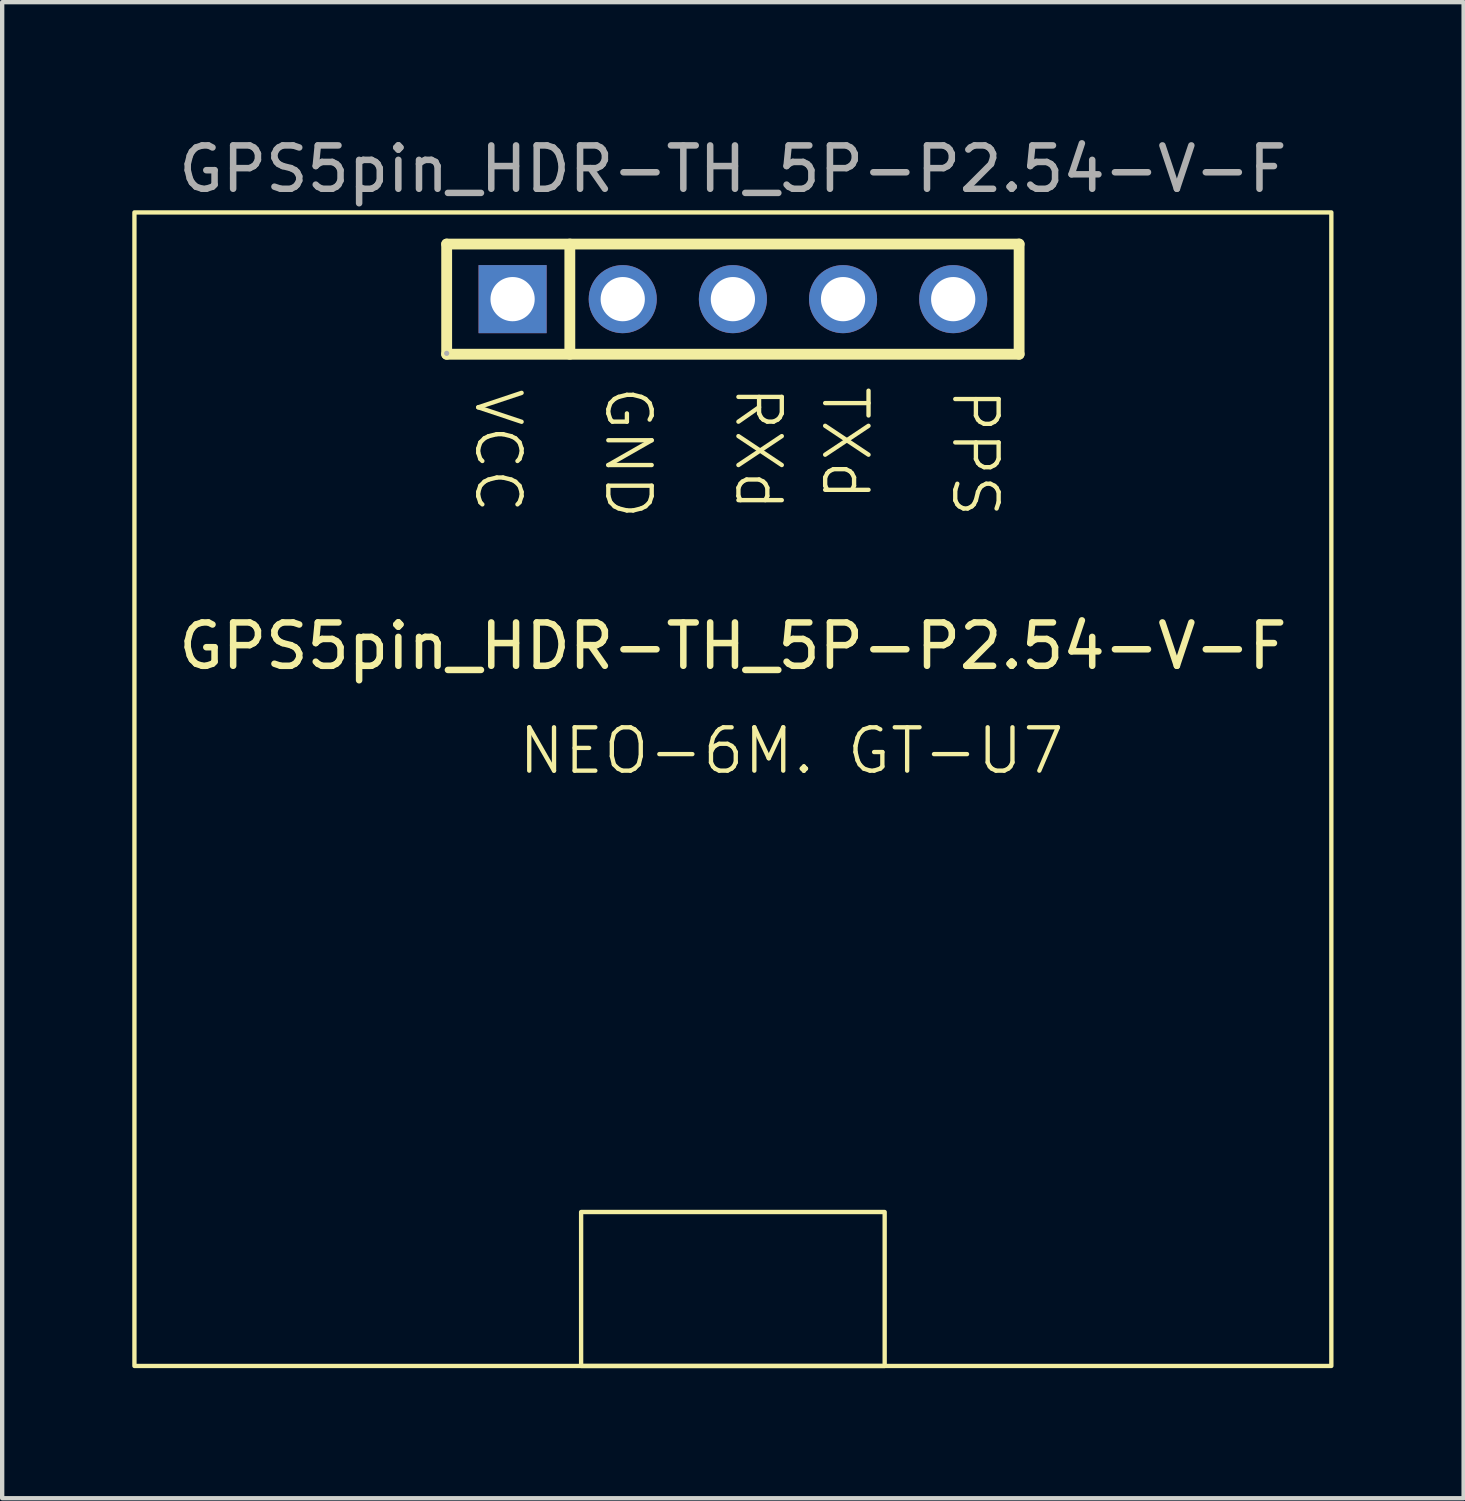
<source format=kicad_pcb>
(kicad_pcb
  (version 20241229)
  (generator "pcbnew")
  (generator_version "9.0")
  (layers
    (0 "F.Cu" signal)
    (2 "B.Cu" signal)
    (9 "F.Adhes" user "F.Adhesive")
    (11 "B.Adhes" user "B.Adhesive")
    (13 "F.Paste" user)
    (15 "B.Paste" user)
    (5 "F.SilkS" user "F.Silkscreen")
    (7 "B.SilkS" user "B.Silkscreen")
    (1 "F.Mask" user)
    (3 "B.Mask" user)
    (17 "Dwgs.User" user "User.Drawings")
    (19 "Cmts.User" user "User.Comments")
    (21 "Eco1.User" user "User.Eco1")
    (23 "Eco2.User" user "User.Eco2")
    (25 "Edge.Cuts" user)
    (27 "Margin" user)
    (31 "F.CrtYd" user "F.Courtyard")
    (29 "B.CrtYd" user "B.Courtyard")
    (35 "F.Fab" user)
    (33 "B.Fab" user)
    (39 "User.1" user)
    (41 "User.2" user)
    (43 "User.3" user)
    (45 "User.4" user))
  (footprint "GPS5pin_HDR-TH_5P-P2.54-V-F"
    (layer "F.Cu")
    (at 13.85 3.848)
    (property "Reference" "GPS5pin_HDR-TH_5P-P2.54-V-F" (at 0 8 0) (layer "F.SilkS") (effects (font (size 1 1) (thickness 0.15))))
    (attr through_hole)
    (fp_line (start -6.6 -1.27) (end -6.6 1.27) (stroke (width 0.25) (type solid)) (layer "F.SilkS"))
    (fp_line (start -6.6 1.27) (end 6.6 1.27) (stroke (width 0.25) (type solid)) (layer "F.SilkS"))
    (fp_line (start -3.76 -1.27) (end -3.76 1.27) (stroke (width 0.25) (type solid)) (layer "F.SilkS"))
    (fp_line (start 6.6 -1.27) (end -6.6 -1.27) (stroke (width 0.25) (type solid)) (layer "F.SilkS"))
    (fp_line (start 6.6 1.27) (end 6.6 -1.27) (stroke (width 0.25) (type solid)) (layer "F.SilkS"))
    (fp_rect (start -13.8 -2) (end 13.8 24.6) (stroke (width 0.1) (type solid)) (fill no) (layer "F.SilkS"))
    (fp_rect (start -3.5 21.05) (end 3.5 24.6) (stroke (width 0.1) (type default)) (fill no) (layer "F.SilkS"))
    (fp_circle (center -6.6 1.25) (end -6.57 1.25) (stroke (width 0.06) (type solid)) (fill no) (layer "F.Fab"))
    (fp_text user "PPS" (at 5 2 270) (unlocked yes) (layer "F.SilkS") (effects (font (size 1 1) (thickness 0.1)) (justify left bottom)))
    (fp_text user "VCC" (at -6 2 270) (unlocked yes) (layer "F.SilkS") (effects (font (size 1 1) (thickness 0.1)) (justify left bottom)))
    (fp_text user "RXd" (at 0 1.95 270) (unlocked yes) (layer "F.SilkS") (effects (font (size 1 1) (thickness 0.1)) (justify left bottom)))
    (fp_text user "GND" (at -3 1.95 270) (unlocked yes) (layer "F.SilkS") (effects (font (size 1 1) (thickness 0.1)) (justify left bottom)))
    (fp_text user "NEO-6M. GT-U7 " (at -5 11 0) (unlocked yes) (layer "F.SilkS") (effects (font (size 1 1) (thickness 0.1)) (justify left bottom)))
    (fp_text user "TXd" (at 2 1.95 270) (unlocked yes) (layer "F.SilkS") (effects (font (size 1 1) (thickness 0.1)) (justify left bottom)))
    (fp_text user "${REFERENCE}" (at 0 -3 0) (layer "F.Fab") (effects (font (size 1 1) (thickness 0.15))))
    (pad "1" thru_hole rect (at -5.08 0) (size 1.57 1.57) (drill 1.02) (layers "*.Cu" "*.Mask"))
    (pad "2" thru_hole circle (at -2.54 0) (size 1.57 1.57) (drill 1.02) (layers "*.Cu" "*.Mask"))
    (pad "3" thru_hole circle (at 0 0) (size 1.57 1.57) (drill 1.02) (layers "*.Cu" "*.Mask"))
    (pad "4" thru_hole circle (at 2.54 0) (size 1.57 1.57) (drill 1.02) (layers "*.Cu" "*.Mask"))
    (pad "5" thru_hole circle (at 5.08 0) (size 1.57 1.57) (drill 1.02) (layers "*.Cu" "*.Mask")))
  (gr_rect
    (start -3 -3)
    (end 30.7 31.498)
    (stroke (width 0.1) (type default))
    (fill no)
    (layer "Edge.Cuts")))
</source>
